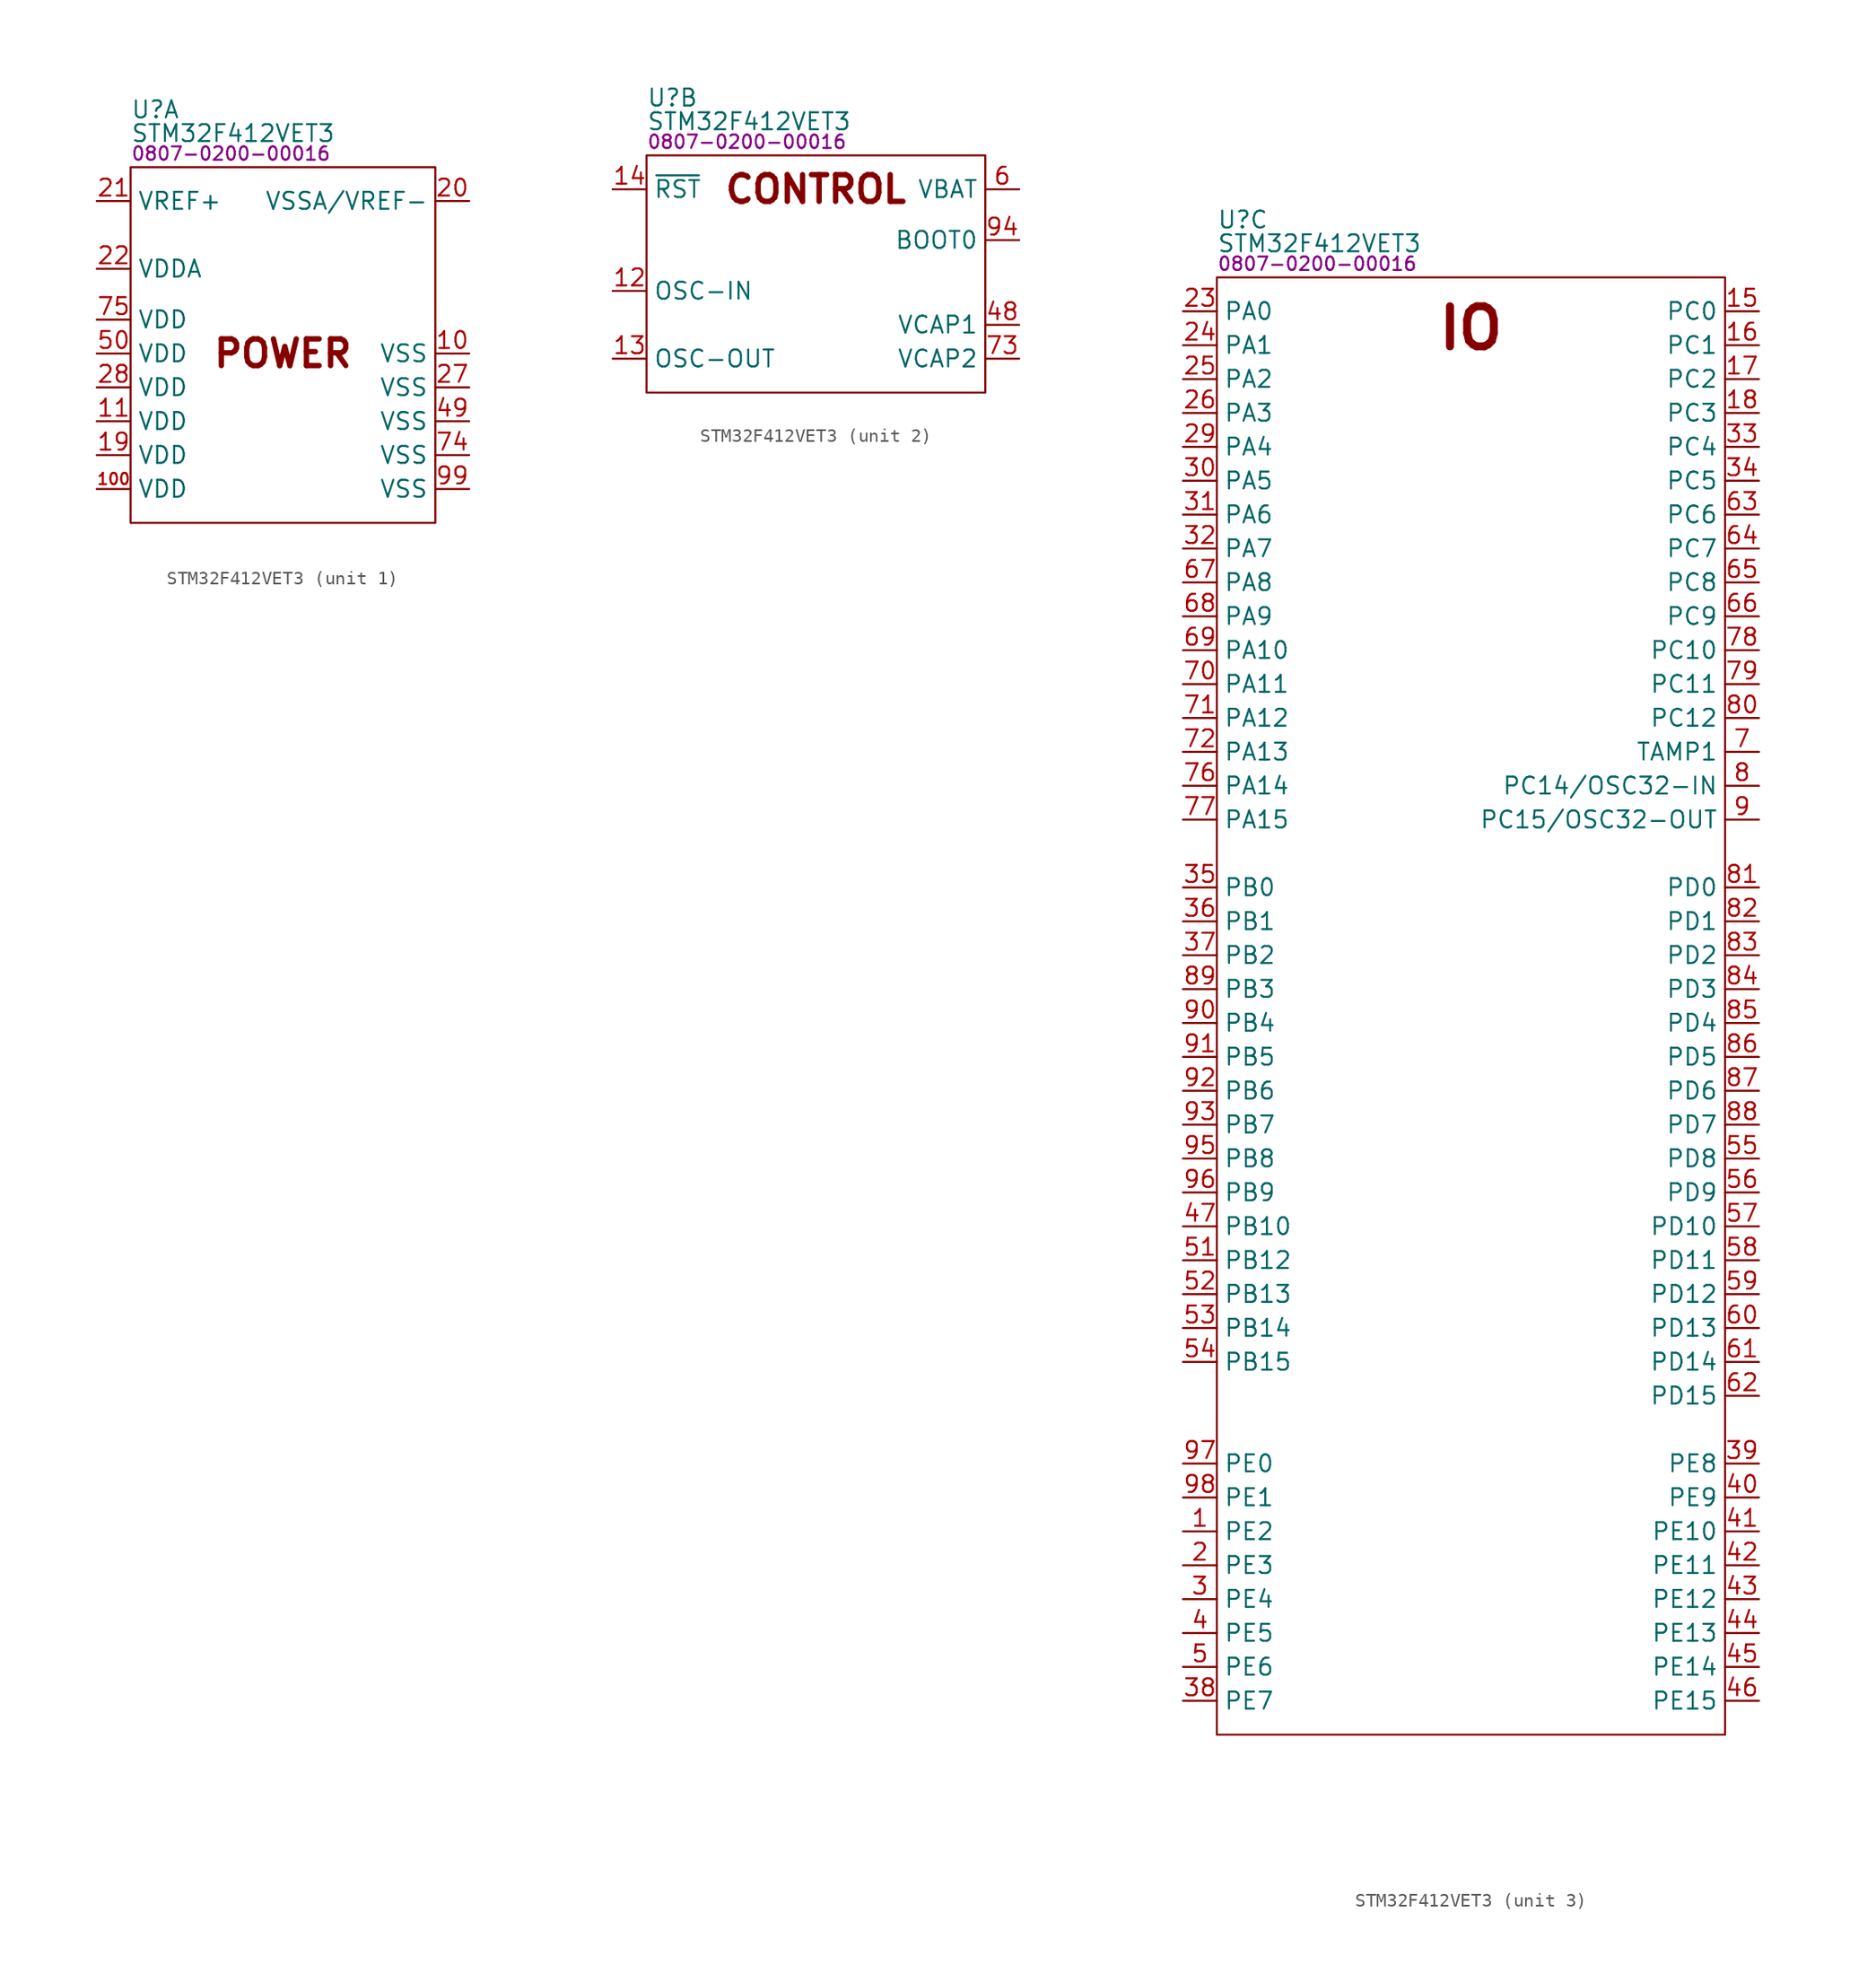
<source format=kicad_sym>
(kicad_symbol_lib
  (version 20231120)
  (generator "kicad_symbol_editor")
  (generator_version "8.0")
  (symbol "STM32F412VET3"
    (property "Reference" "U"
      (at 0 4.318 0)
      (effects (font (size 1.27 1.27)) (justify left)))
    (property "Value" "STM32F412VET3"
      (at 0 2.54 0)
      (effects (font (size 1.27 1.27)) (justify left)))
    (property "PartNumber" "0807-0200-00016"
      (at 0 1.016 0)
      (effects (font (size 1 1)) (justify left)))
    (symbol "STM32F412VET3_1_0"
      (text "POWER" (at 11.43 -13.97 0) (effects (font (size 2 2) (bold yes))))
      (pin power_in line (at 25.4 -13.97 180) (length 2.54) (name "VSS" (effects (font (size 1.27 1.27)))) (number "10" (effects (font (size 1.27 1.27)))))
      (pin power_in line (at -2.54 -24.13 0) (length 2.54) (name "VDD" (effects (font (size 1.27 1.27)))) (number "100" (effects (font (size 0.85 0.85)))))
      (pin power_in line (at -2.54 -19.05 0) (length 2.54) (name "VDD" (effects (font (size 1.27 1.27)))) (number "11" (effects (font (size 1.27 1.27)))))
      (pin power_in line (at -2.54 -21.59 0) (length 2.54) (name "VDD" (effects (font (size 1.27 1.27)))) (number "19" (effects (font (size 1.27 1.27)))))
      (pin input line (at 25.4 -2.54 180) (length 2.54) (name "VSSA/VREF-" (effects (font (size 1.27 1.27)))) (number "20" (effects (font (size 1.27 1.27)))))
      (pin input line (at -2.54 -2.54 0) (length 2.54) (name "VREF+" (effects (font (size 1.27 1.27)))) (number "21" (effects (font (size 1.27 1.27)))))
      (pin power_in line (at -2.54 -7.62 0) (length 2.54) (name "VDDA" (effects (font (size 1.27 1.27)))) (number "22" (effects (font (size 1.27 1.27)))))
      (pin power_in line (at 25.4 -16.51 180) (length 2.54) (name "VSS" (effects (font (size 1.27 1.27)))) (number "27" (effects (font (size 1.27 1.27)))))
      (pin power_in line (at -2.54 -16.51 0) (length 2.54) (name "VDD" (effects (font (size 1.27 1.27)))) (number "28" (effects (font (size 1.27 1.27)))))
      (pin power_in line (at 25.4 -19.05 180) (length 2.54) (name "VSS" (effects (font (size 1.27 1.27)))) (number "49" (effects (font (size 1.27 1.27)))))
      (pin power_in line (at -2.54 -13.97 0) (length 2.54) (name "VDD" (effects (font (size 1.27 1.27)))) (number "50" (effects (font (size 1.27 1.27)))))
      (pin power_in line (at 25.4 -21.59 180) (length 2.54) (name "VSS" (effects (font (size 1.27 1.27)))) (number "74" (effects (font (size 1.27 1.27)))))
      (pin power_in line (at -2.54 -11.43 0) (length 2.54) (name "VDD" (effects (font (size 1.27 1.27)))) (number "75" (effects (font (size 1.27 1.27)))))
      (pin power_in line (at 25.4 -24.13 180) (length 2.54) (name "VSS" (effects (font (size 1.27 1.27)))) (number "99" (effects (font (size 1.27 1.27))))))
    (symbol "STM32F412VET3_1_1"
      (rectangle (start 0 0) (end 22.86 -26.67) (stroke (width 0) (type default)) (fill (type none))))
    (symbol "STM32F412VET3_2_0"
      (text "CONTROL" (at 12.7 -2.54 0) (effects (font (size 2 2) (bold yes))))
      (pin input line (at -2.54 -10.16 0) (length 2.54) (name "OSC-IN" (effects (font (size 1.27 1.27)))) (number "12" (effects (font (size 1.27 1.27)))))
      (pin input line (at -2.54 -15.24 0) (length 2.54) (name "OSC-OUT" (effects (font (size 1.27 1.27)))) (number "13" (effects (font (size 1.27 1.27)))))
      (pin input line (at -2.54 -2.54 0) (length 2.54) (name "~{RST}" (effects (font (size 1.27 1.27)))) (number "14" (effects (font (size 1.27 1.27)))))
      (pin input line (at 27.94 -12.7 180) (length 2.54) (name "VCAP1" (effects (font (size 1.27 1.27)))) (number "48" (effects (font (size 1.27 1.27)))))
      (pin power_in line (at 27.94 -2.54 180) (length 2.54) (name "VBAT" (effects (font (size 1.27 1.27)))) (number "6" (effects (font (size 1.27 1.27)))))
      (pin input line (at 27.94 -15.24 180) (length 2.54) (name "VCAP2" (effects (font (size 1.27 1.27)))) (number "73" (effects (font (size 1.27 1.27)))))
      (pin input line (at 27.94 -6.35 180) (length 2.54) (name "BOOT0" (effects (font (size 1.27 1.27)))) (number "94" (effects (font (size 1.27 1.27))))))
    (symbol "STM32F412VET3_2_1"
      (rectangle (start 0 0) (end 25.4 -17.78) (stroke (width 0) (type default)) (fill (type none))))
    (symbol "STM32F412VET3_3_0"
      (text "IO" (at 19.05 -3.81 0) (effects (font (size 3 3) (bold yes))))
      (pin bidirectional line (at -2.54 -93.98 0) (length 2.54) (name "PE2" (effects (font (size 1.27 1.27)))) (number "1" (effects (font (size 1.27 1.27)))) (alternate "FSMC-A23" bidirectional line) (alternate "I2S4-CK" bidirectional line) (alternate "I2S5-CK" bidirectional line) (alternate "QSPI-BK1-IO2" bidirectional line) (alternate "SPI4-SCK" bidirectional line) (alternate "SPI5-SCK" bidirectional line) (alternate "TRACECLK" bidirectional line))
      (pin bidirectional line (at 40.64 -2.54 180) (length 2.54) (name "PC0" (effects (font (size 1.27 1.27)))) (number "15" (effects (font (size 1.27 1.27)))) (alternate "ADC-10" bidirectional line) (alternate "WKUP2" bidirectional line))
      (pin bidirectional line (at 40.64 -5.08 180) (length 2.54) (name "PC1" (effects (font (size 1.27 1.27)))) (number "16" (effects (font (size 1.27 1.27)))) (alternate "ADC-11" bidirectional line) (alternate "WKUP3" bidirectional line))
      (pin bidirectional line (at 40.64 -7.62 180) (length 2.54) (name "PC2" (effects (font (size 1.27 1.27)))) (number "17" (effects (font (size 1.27 1.27)))) (alternate "ADC-12" bidirectional line) (alternate "DFSDM1-CKOUT" bidirectional line) (alternate "FSMC-NWE" bidirectional line) (alternate "I2C2-SD" bidirectional line) (alternate "SPI2-CIPO" bidirectional line))
      (pin bidirectional line (at 40.64 -10.16 180) (length 2.54) (name "PC3" (effects (font (size 1.27 1.27)))) (number "18" (effects (font (size 1.27 1.27)))) (alternate "ADC-13" bidirectional line) (alternate "FSMC-A0" bidirectional line) (alternate "I2S-SD" bidirectional line) (alternate "SPI2-COPI" bidirectional line))
      (pin bidirectional line (at -2.54 -96.52 0) (length 2.54) (name "PE3" (effects (font (size 1.27 1.27)))) (number "2" (effects (font (size 1.27 1.27)))) (alternate "FSMC-A19" bidirectional line) (alternate "TRACED0" bidirectional line))
      (pin bidirectional line (at -2.54 -2.54 0) (length 2.54) (name "PA0" (effects (font (size 1.27 1.27)))) (number "23" (effects (font (size 1.27 1.27)))) (alternate "ADC-0" bidirectional line) (alternate "TIM2-CH1" bidirectional line) (alternate "TIM2-ETR" bidirectional line) (alternate "TIM5-CH1" bidirectional line) (alternate "TIM8-ETR" bidirectional line) (alternate "USART2-CTS" bidirectional line) (alternate "WKUP1" bidirectional line))
      (pin bidirectional line (at -2.54 -5.08 0) (length 2.54) (name "PA1" (effects (font (size 1.27 1.27)))) (number "24" (effects (font (size 1.27 1.27)))) (alternate "ADC-1" bidirectional line) (alternate "I2S4-SD" bidirectional line) (alternate "QSPI-BK1-IO3" bidirectional line) (alternate "SPI4-COPI" bidirectional line) (alternate "TIM2-CH2" bidirectional line) (alternate "TIM5-CH2" bidirectional line) (alternate "USART2-RTS" bidirectional line))
      (pin bidirectional line (at -2.54 -7.62 0) (length 2.54) (name "PA2" (effects (font (size 1.27 1.27)))) (number "25" (effects (font (size 1.27 1.27)))) (alternate " I2S2-CKIN" bidirectional line) (alternate "ADC-2" bidirectional line) (alternate "FSMC-D4" bidirectional line) (alternate "FSMC-DA4" bidirectional line) (alternate "TIM2-CH3" bidirectional line) (alternate "TIM5-CH3" bidirectional line) (alternate "TIM9-CH1" bidirectional line) (alternate "USART2-TX" bidirectional line))
      (pin bidirectional line (at -2.54 -10.16 0) (length 2.54) (name "PA3" (effects (font (size 1.27 1.27)))) (number "26" (effects (font (size 1.27 1.27)))) (alternate "ADC-3" bidirectional line) (alternate "FSMC-D5" bidirectional line) (alternate "FSMC-DA5" bidirectional line) (alternate "I2S2-MCK" bidirectional line) (alternate "TIM2-CH4" bidirectional line) (alternate "TIM5-CH4" bidirectional line) (alternate "TIM9-CH2" bidirectional line) (alternate "USART2-RX" bidirectional line))
      (pin bidirectional line (at -2.54 -12.7 0) (length 2.54) (name "PA4" (effects (font (size 1.27 1.27)))) (number "29" (effects (font (size 1.27 1.27)))) (alternate "ADC-4" bidirectional line) (alternate "DFSDM1-DATIN1" bidirectional line) (alternate "FSMC-D6" bidirectional line) (alternate "FSMC-DA6" bidirectional line) (alternate "I2S1-WS" bidirectional line) (alternate "I2S3-WS" bidirectional line) (alternate "SPI1-~{SS}" bidirectional line) (alternate "SPI3-~{SS}" bidirectional line) (alternate "USART2-CK" bidirectional line))
      (pin bidirectional line (at -2.54 -99.06 0) (length 2.54) (name "PE4" (effects (font (size 1.27 1.27)))) (number "3" (effects (font (size 1.27 1.27)))) (alternate "DFSDM1-DATIN3" bidirectional line) (alternate "FSMC-A20" bidirectional line) (alternate "I2S4-WS" bidirectional line) (alternate "I2S5-WS" bidirectional line) (alternate "SPI4-~{SS}" bidirectional line) (alternate "SPI5-~{SS}" bidirectional line) (alternate "TRACED1" bidirectional line))
      (pin bidirectional line (at -2.54 -15.24 0) (length 2.54) (name "PA5" (effects (font (size 1.27 1.27)))) (number "30" (effects (font (size 1.27 1.27)))) (alternate "ADC-5" bidirectional line) (alternate "DFSDM1-CKIN1" bidirectional line) (alternate "FSMC-D7" bidirectional line) (alternate "FSMC-DA7" bidirectional line) (alternate "I2S1-CK" bidirectional line) (alternate "SPI1-SCK" bidirectional line) (alternate "TIM2-CH1" bidirectional line) (alternate "TIM2-ETR" bidirectional line) (alternate "TIM8-~{CH1}" bidirectional line))
      (pin bidirectional line (at -2.54 -17.78 0) (length 2.54) (name "PA6" (effects (font (size 1.27 1.27)))) (number "31" (effects (font (size 1.27 1.27)))) (alternate "ADC-6" bidirectional line) (alternate "I2S2-MCK" bidirectional line) (alternate "QSPI-BK2-IO0" bidirectional line) (alternate "SDIO-CMD" bidirectional line) (alternate "SPI1-CIPO" bidirectional line) (alternate "TIM1-BKIN" bidirectional line) (alternate "TIM13-CH1" bidirectional line) (alternate "TIM3-CH1" bidirectional line) (alternate "TIM8-BKIN" bidirectional line))
      (pin bidirectional line (at -2.54 -20.32 0) (length 2.54) (name "PA7" (effects (font (size 1.27 1.27)))) (number "32" (effects (font (size 1.27 1.27)))) (alternate "ADC-7" bidirectional line) (alternate "I2S1-SD" bidirectional line) (alternate "QSPI-BK2-IO1" bidirectional line) (alternate "SPI1-COPI" bidirectional line) (alternate "TIM1-~{CH1}" bidirectional line) (alternate "TIM14-CH1" bidirectional line) (alternate "TIM3-CH2" bidirectional line) (alternate "TIM8-~{CH1}" bidirectional line))
      (pin bidirectional line (at 40.64 -12.7 180) (length 2.54) (name "PC4" (effects (font (size 1.27 1.27)))) (number "33" (effects (font (size 1.27 1.27)))) (alternate "ADC1-14" bidirectional line) (alternate "FSMC-~{E4}" bidirectional line) (alternate "I2S1-MCK" bidirectional line) (alternate "QSPI-BK2-IO2" bidirectional line))
      (pin bidirectional line (at 40.64 -15.24 180) (length 2.54) (name "PC5" (effects (font (size 1.27 1.27)))) (number "34" (effects (font (size 1.27 1.27)))) (alternate "ADC1-15" bidirectional line) (alternate "FSMC-~{OE}" bidirectional line) (alternate "I2CFMP1-SMBA" bidirectional line) (alternate "QSPI-BK2-IO3" bidirectional line) (alternate "USART3-RX" bidirectional line))
      (pin bidirectional line (at -2.54 -45.72 0) (length 2.54) (name "PB0" (effects (font (size 1.27 1.27)))) (number "35" (effects (font (size 1.27 1.27)))) (alternate "ADC-8" bidirectional line) (alternate "I2S5-CK" bidirectional line) (alternate "SPI5-SCK" bidirectional line) (alternate "TIM1-CH2-" bidirectional line) (alternate "TIM3-CH3" bidirectional line) (alternate "TIM8-CH2-" bidirectional line))
      (pin bidirectional line (at -2.54 -48.26 0) (length 2.54) (name "PB1" (effects (font (size 1.27 1.27)))) (number "36" (effects (font (size 1.27 1.27)))) (alternate "ADC-9" bidirectional line) (alternate "DFSDM1-DATIN0" bidirectional line) (alternate "I2S5-WS" bidirectional line) (alternate "QSPI-CLK" bidirectional line) (alternate "SPI5-~{SS}" bidirectional line) (alternate "TIM1-CH3-" bidirectional line) (alternate "TIM3-CH4" bidirectional line) (alternate "TIM8-CH3-" bidirectional line))
      (pin bidirectional line (at -2.54 -50.8 0) (length 2.54) (name "PB2" (effects (font (size 1.27 1.27)))) (number "37" (effects (font (size 1.27 1.27)))) (alternate "BOOT1" bidirectional line) (alternate "DFSDM1-CKIN0" bidirectional line) (alternate "QSPI-CLK" bidirectional line))
      (pin bidirectional line (at -2.54 -106.68 0) (length 2.54) (name "PE7" (effects (font (size 1.27 1.27)))) (number "38" (effects (font (size 1.27 1.27)))) (alternate "DFSDM1-DATIN2" bidirectional line) (alternate "FSMC-D4" bidirectional line) (alternate "FSMC-DA4" bidirectional line) (alternate "QSPI-BK2-IO0" bidirectional line) (alternate "TIM1-ETR" bidirectional line))
      (pin bidirectional line (at 40.64 -88.9 180) (length 2.54) (name "PE8" (effects (font (size 1.27 1.27)))) (number "39" (effects (font (size 1.27 1.27)))) (alternate "DFSDM1-CKIN2" bidirectional line) (alternate "FSMC-D5" bidirectional line) (alternate "FSMC-DA5" bidirectional line) (alternate "QSPI-BK2-IO1" bidirectional line) (alternate "TIM1-CH1-" bidirectional line))
      (pin bidirectional line (at -2.54 -101.6 0) (length 2.54) (name "PE5" (effects (font (size 1.27 1.27)))) (number "4" (effects (font (size 1.27 1.27)))) (alternate "DFSDM1-CKIN3" bidirectional line) (alternate "FSMC-A21" bidirectional line) (alternate "SPI4-CIPO" bidirectional line) (alternate "SPI5-CIPO" bidirectional line) (alternate "TIM9-CH1" bidirectional line) (alternate "TRACED2" bidirectional line))
      (pin bidirectional line (at 40.64 -91.44 180) (length 2.54) (name "PE9" (effects (font (size 1.27 1.27)))) (number "40" (effects (font (size 1.27 1.27)))) (alternate "DFSDM1-CKOUT" bidirectional line) (alternate "FSMC-D6" bidirectional line) (alternate "FSMC-DA6" bidirectional line) (alternate "QSPI-BK2-IO2" bidirectional line) (alternate "TIM1-CH1" bidirectional line))
      (pin bidirectional line (at 40.64 -93.98 180) (length 2.54) (name "PE10" (effects (font (size 1.27 1.27)))) (number "41" (effects (font (size 1.27 1.27)))) (alternate "FSMC-D7" bidirectional line) (alternate "FSMC-DA7" bidirectional line) (alternate "QSPI-BK2-IO3" bidirectional line) (alternate "TIM1-CH2-" bidirectional line))
      (pin bidirectional line (at 40.64 -96.52 180) (length 2.54) (name "PE11" (effects (font (size 1.27 1.27)))) (number "42" (effects (font (size 1.27 1.27)))) (alternate "FSMC-D8" bidirectional line) (alternate "FSMC-DA8" bidirectional line) (alternate "I2S4-WS" bidirectional line) (alternate "I2S5-WS" bidirectional line) (alternate "SPI4-~{SS}" bidirectional line) (alternate "SPI5-~{SS}" bidirectional line) (alternate "TIM1_CH2" bidirectional line))
      (pin bidirectional line (at 40.64 -99.06 180) (length 2.54) (name "PE12" (effects (font (size 1.27 1.27)))) (number "43" (effects (font (size 1.27 1.27)))) (alternate "FSMC-D9" bidirectional line) (alternate "FSMC-DA9" bidirectional line) (alternate "I2S4-CK" bidirectional line) (alternate "I2S5-CK" bidirectional line) (alternate "SPI4-SCK" bidirectional line) (alternate "SPI5-SCK" bidirectional line) (alternate "TIM1-CH3-" bidirectional line))
      (pin bidirectional line (at 40.64 -101.6 180) (length 2.54) (name "PE13" (effects (font (size 1.27 1.27)))) (number "44" (effects (font (size 1.27 1.27)))) (alternate "FSMC-D10" bidirectional line) (alternate "FSMC-DA10" bidirectional line) (alternate "SPI4-CIPO" bidirectional line) (alternate "SPI5-CIPO" bidirectional line) (alternate "TIM1-CH3" bidirectional line))
      (pin bidirectional line (at 40.64 -104.14 180) (length 2.54) (name "PE14" (effects (font (size 1.27 1.27)))) (number "45" (effects (font (size 1.27 1.27)))) (alternate "FSMC-D11" bidirectional line) (alternate "FSMC-DA11" bidirectional line) (alternate "I2S4-SD" bidirectional line) (alternate "I2S5-SD" bidirectional line) (alternate "SPI4-COPI" bidirectional line) (alternate "SPI5-COPI" bidirectional line) (alternate "TIM1-CH4" bidirectional line))
      (pin bidirectional line (at 40.64 -106.68 180) (length 2.54) (name "PE15" (effects (font (size 1.27 1.27)))) (number "46" (effects (font (size 1.27 1.27)))) (alternate "FSMC-D12" bidirectional line) (alternate "FSMC-DA12" bidirectional line) (alternate "TIM1-BKIN" bidirectional line))
      (pin bidirectional line (at -2.54 -71.12 0) (length 2.54) (name "PB10" (effects (font (size 1.27 1.27)))) (number "47" (effects (font (size 1.27 1.27)))) (alternate " I2C2-SCL" bidirectional line) (alternate "I2CFMP1-SCL" bidirectional line) (alternate "I2S2-CK" bidirectional line) (alternate "I2S3-MCK" bidirectional line) (alternate "SDIO-D7" bidirectional line) (alternate "SPI2-SCK" bidirectional line) (alternate "TIM2-CH3" bidirectional line) (alternate "USART3-TX" bidirectional line))
      (pin bidirectional line (at -2.54 -104.14 0) (length 2.54) (name "PE6" (effects (font (size 1.27 1.27)))) (number "5" (effects (font (size 1.27 1.27)))) (alternate "FSMC-A22" bidirectional line) (alternate "I2S4-SD" bidirectional line) (alternate "I2S5-SD" bidirectional line) (alternate "SPI4-COPI" bidirectional line) (alternate "SPI5-COPI" bidirectional line) (alternate "TIM9-CH2" bidirectional line) (alternate "TRACED3" bidirectional line))
      (pin bidirectional line (at -2.54 -73.66 0) (length 2.54) (name "PB12" (effects (font (size 1.27 1.27)))) (number "51" (effects (font (size 1.27 1.27)))) (alternate "CAN2-RX" bidirectional line) (alternate "DFSDM1-DATIN1" bidirectional line) (alternate "FSMC-D13" bidirectional line) (alternate "FSMC-DA13" bidirectional line) (alternate "I2C2-SMBA" bidirectional line) (alternate "I2S2-WS" bidirectional line) (alternate "I2S3-CK" bidirectional line) (alternate "I2S4-WS" bidirectional line) (alternate "SPI2-~{SS}" bidirectional line) (alternate "SPI3-SCK" bidirectional line) (alternate "SPI4-~{SS}" bidirectional line) (alternate "TIM1-BKIN" bidirectional line) (alternate "USART3-CK" bidirectional line))
      (pin bidirectional line (at -2.54 -76.2 0) (length 2.54) (name "PB13" (effects (font (size 1.27 1.27)))) (number "52" (effects (font (size 1.27 1.27)))) (alternate "CAN2-TX" bidirectional line) (alternate "DFSDM1-CKIN1" bidirectional line) (alternate "I2CFMP1-SMBA" bidirectional line) (alternate "I2S2-CK" bidirectional line) (alternate "I2S4-CK" bidirectional line) (alternate "SPI2-SCK" bidirectional line) (alternate "SPI4-SCK" bidirectional line) (alternate "TIM1-CH1-" bidirectional line) (alternate "USART3-CTS" bidirectional line))
      (pin bidirectional line (at -2.54 -78.74 0) (length 2.54) (name "PB14" (effects (font (size 1.27 1.27)))) (number "53" (effects (font (size 1.27 1.27)))) (alternate "DFSDM1-DATIN2" bidirectional line) (alternate "FSMC-D0" bidirectional line) (alternate "FSMC-DA0" bidirectional line) (alternate "I2CFMP1-SDA" bidirectional line) (alternate "I2S2ext-SD" bidirectional line) (alternate "SDIO-D6" bidirectional line) (alternate "SPI2-MISO" bidirectional line) (alternate "TIM1-CH2-" bidirectional line) (alternate "TIM12-CH1" bidirectional line) (alternate "TIM8-CH2-" bidirectional line) (alternate "USART3-RTS" bidirectional line))
      (pin bidirectional line (at -2.54 -81.28 0) (length 2.54) (name "PB15" (effects (font (size 1.27 1.27)))) (number "54" (effects (font (size 1.27 1.27)))) (alternate "DFSDM1-CKIN2" bidirectional line) (alternate "I2CFMP1-SCL" bidirectional line) (alternate "I2S2-SD" bidirectional line) (alternate "RTC-50Hz" bidirectional line) (alternate "SDIO-CK" bidirectional line) (alternate "SPI2-COPI" bidirectional line) (alternate "TIM1-CH3-" bidirectional line) (alternate "TIM12-CH2" bidirectional line) (alternate "TIM8-CH3-" bidirectional line))
      (pin bidirectional line (at 40.64 -66.04 180) (length 2.54) (name "PD8" (effects (font (size 1.27 1.27)))) (number "55" (effects (font (size 1.27 1.27)))) (alternate "FSMC-D13" bidirectional line) (alternate "FSMC-DA13" bidirectional line) (alternate "USART3-TX" bidirectional line))
      (pin bidirectional line (at 40.64 -68.58 180) (length 2.54) (name "PD9" (effects (font (size 1.27 1.27)))) (number "56" (effects (font (size 1.27 1.27)))) (alternate "FSMC-D14" bidirectional line) (alternate "FSMC-DA14" bidirectional line) (alternate "USART3-RX" bidirectional line))
      (pin bidirectional line (at 40.64 -71.12 180) (length 2.54) (name "PD10" (effects (font (size 1.27 1.27)))) (number "57" (effects (font (size 1.27 1.27)))) (alternate "FSMC-D15" bidirectional line) (alternate "FSMC-DA1" bidirectional line) (alternate "USART3-CK" bidirectional line))
      (pin bidirectional line (at 40.64 -73.66 180) (length 2.54) (name "PD11" (effects (font (size 1.27 1.27)))) (number "58" (effects (font (size 1.27 1.27)))) (alternate "FSMC-A16" bidirectional line) (alternate "I2CFMP1-SMBA" bidirectional line) (alternate "QSPI-BK1-IO0" bidirectional line) (alternate "USART3-CTS" bidirectional line))
      (pin bidirectional line (at 40.64 -76.2 180) (length 2.54) (name "PD12" (effects (font (size 1.27 1.27)))) (number "59" (effects (font (size 1.27 1.27)))) (alternate "FSMC-A17" bidirectional line) (alternate "I2CFMP1-SCL" bidirectional line) (alternate "QSPI-BK1-IO1" bidirectional line) (alternate "TIM4-CH1" bidirectional line) (alternate "USART3-RTS" bidirectional line))
      (pin bidirectional line (at 40.64 -78.74 180) (length 2.54) (name "PD13" (effects (font (size 1.27 1.27)))) (number "60" (effects (font (size 1.27 1.27)))) (alternate "FSMC-A18" bidirectional line) (alternate "I2CFMP1-SDA" bidirectional line) (alternate "QSPI-BK1-IO3" bidirectional line) (alternate "TIM4-CH2" bidirectional line))
      (pin bidirectional line (at 40.64 -81.28 180) (length 2.54) (name "PD14" (effects (font (size 1.27 1.27)))) (number "61" (effects (font (size 1.27 1.27)))) (alternate "FSMC-D0" bidirectional line) (alternate "FSMC-DA0" bidirectional line) (alternate "I2CFMP1-SCL" bidirectional line) (alternate "TIM4-CH3" bidirectional line))
      (pin bidirectional line (at 40.64 -83.82 180) (length 2.54) (name "PD15" (effects (font (size 1.27 1.27)))) (number "62" (effects (font (size 1.27 1.27)))) (alternate "FSMC-D1" bidirectional line) (alternate "FSMC-DA1" bidirectional line) (alternate "I2CFMP1-SDA" bidirectional line) (alternate "TIM4-CH4" bidirectional line))
      (pin bidirectional line (at 40.64 -17.78 180) (length 2.54) (name "PC6" (effects (font (size 1.27 1.27)))) (number "63" (effects (font (size 1.27 1.27)))) (alternate "DFSDM1-CKIN3," bidirectional line) (alternate "FSMC-D1" bidirectional line) (alternate "FSMC-DA1" bidirectional line) (alternate "I2CFMP1-SCL" bidirectional line) (alternate "I2S2-MCK" bidirectional line) (alternate "SDIO-D6" bidirectional line) (alternate "TIM3-CH1" bidirectional line) (alternate "TIM8-CH1" bidirectional line) (alternate "USART6-TX" bidirectional line))
      (pin bidirectional line (at 40.64 -20.32 180) (length 2.54) (name "PC7" (effects (font (size 1.27 1.27)))) (number "64" (effects (font (size 1.27 1.27)))) (alternate "DFSDM1-DATIN3" bidirectional line) (alternate "I2CFMP1-SDA" bidirectional line) (alternate "I2S2-CK" bidirectional line) (alternate "I2S3-MCK" bidirectional line) (alternate "SDIO-D7" bidirectional line) (alternate "SPI2-SCK" bidirectional line) (alternate "TIM3-CH2" bidirectional line) (alternate "TIM8-CH2" bidirectional line) (alternate "USART6-RX" bidirectional line))
      (pin bidirectional line (at 40.64 -22.86 180) (length 2.54) (name "PC8" (effects (font (size 1.27 1.27)))) (number "65" (effects (font (size 1.27 1.27)))) (alternate "QSPI-BK1-IO2" bidirectional line) (alternate "SDIO-D0" bidirectional line) (alternate "TIM3-CH3" bidirectional line) (alternate "TIM8-CH3" bidirectional line) (alternate "USART6-CK" bidirectional line))
      (pin bidirectional line (at 40.64 -25.4 180) (length 2.54) (name "PC9" (effects (font (size 1.27 1.27)))) (number "66" (effects (font (size 1.27 1.27)))) (alternate " I2C3-SDA" bidirectional line) (alternate "I2S2-CKIN" bidirectional line) (alternate "MCO2" bidirectional line) (alternate "QSPI-BK1-IO0" bidirectional line) (alternate "SDIO-D1" bidirectional line) (alternate "TIM3-CH4" bidirectional line) (alternate "TIM8-CH4" bidirectional line))
      (pin bidirectional line (at -2.54 -22.86 0) (length 2.54) (name "PA8" (effects (font (size 1.27 1.27)))) (number "67" (effects (font (size 1.27 1.27)))) (alternate "I2C3-SCL" bidirectional line) (alternate "MCO1" bidirectional line) (alternate "SDIO-D1" bidirectional line) (alternate "TIM1-CH1" bidirectional line) (alternate "USART1-CK" bidirectional line) (alternate "USB-FS-SOF" bidirectional line))
      (pin bidirectional line (at -2.54 -25.4 0) (length 2.54) (name "PA9" (effects (font (size 1.27 1.27)))) (number "68" (effects (font (size 1.27 1.27)))) (alternate "I2C3-SMBA" bidirectional line) (alternate "SDIO-D2" bidirectional line) (alternate "TIM1-CH2" bidirectional line) (alternate "USART1-TX" bidirectional line) (alternate "USB-FS-VBUS" bidirectional line))
      (pin bidirectional line (at -2.54 -27.94 0) (length 2.54) (name "PA10" (effects (font (size 1.27 1.27)))) (number "69" (effects (font (size 1.27 1.27)))) (alternate "I2S5-SD" bidirectional line) (alternate "SPI5-COPI" bidirectional line) (alternate "TIM1-CH3" bidirectional line) (alternate "USART1-RX" bidirectional line) (alternate "USB-FS-ID" bidirectional line))
      (pin output line (at 40.64 -35.56 180) (length 2.54) (name "TAMP1" (effects (font (size 1.27 1.27)))) (number "7" (effects (font (size 1.27 1.27)))) (alternate "PC13" bidirectional line))
      (pin bidirectional line (at -2.54 -30.48 0) (length 2.54) (name "PA11" (effects (font (size 1.27 1.27)))) (number "70" (effects (font (size 1.27 1.27)))) (alternate "CAN1-RX" bidirectional line) (alternate "SPI4-CIPO" bidirectional line) (alternate "TIM1-CH4" bidirectional line) (alternate "USART1-CTS" bidirectional line) (alternate "USART6-TX" bidirectional line) (alternate "USB-FS-D-" bidirectional line))
      (pin bidirectional line (at -2.54 -33.02 0) (length 2.54) (name "PA12" (effects (font (size 1.27 1.27)))) (number "71" (effects (font (size 1.27 1.27)))) (alternate "CAN1-TX" bidirectional line) (alternate "SPI5-CIPO" bidirectional line) (alternate "TIM1-ETR" bidirectional line) (alternate "USART1-RTS" bidirectional line) (alternate "USART6-RX" bidirectional line) (alternate "USB-FS-D+" bidirectional line))
      (pin bidirectional line (at -2.54 -35.56 0) (length 2.54) (name "PA13" (effects (font (size 1.27 1.27)))) (number "72" (effects (font (size 1.27 1.27)))) (alternate "JTMS" bidirectional line) (alternate "JTMS-SWDIO" bidirectional line) (alternate "SWDIO" bidirectional line))
      (pin bidirectional line (at -2.54 -38.1 0) (length 2.54) (name "PA14" (effects (font (size 1.27 1.27)))) (number "76" (effects (font (size 1.27 1.27)))) (alternate "JTCK" bidirectional line) (alternate "JTCK-SWCLK" bidirectional line) (alternate "SWCLK" bidirectional line))
      (pin bidirectional line (at -2.54 -40.64 0) (length 2.54) (name "PA15" (effects (font (size 1.27 1.27)))) (number "77" (effects (font (size 1.27 1.27)))) (alternate "I2S1-WS" bidirectional line) (alternate "I2S3-WS" bidirectional line) (alternate "JTDI" bidirectional line) (alternate "SPI1-~{SS}" bidirectional line) (alternate "SPI3-~{SS}" bidirectional line) (alternate "TIM2-CH1" bidirectional line) (alternate "TIM2-ETR" bidirectional line) (alternate "USART1-TX" bidirectional line))
      (pin bidirectional line (at 40.64 -27.94 180) (length 2.54) (name "PC10" (effects (font (size 1.27 1.27)))) (number "78" (effects (font (size 1.27 1.27)))) (alternate "I2S3-CK" bidirectional line) (alternate "QSPI-BK1-IO1" bidirectional line) (alternate "SDIO-D2" bidirectional line) (alternate "SPI3-SCK" bidirectional line) (alternate "USART3-TX" bidirectional line))
      (pin bidirectional line (at 40.64 -30.48 180) (length 2.54) (name "PC11" (effects (font (size 1.27 1.27)))) (number "79" (effects (font (size 1.27 1.27)))) (alternate "FSMC-D2" bidirectional line) (alternate "FSMC-DA2" bidirectional line) (alternate "I2S3ext-SD" bidirectional line) (alternate "QSPI-BK2-~{CS}" bidirectional line) (alternate "SDIO-D3" bidirectional line) (alternate "SPI3-CIPO" bidirectional line) (alternate "USART3-RX" bidirectional line))
      (pin bidirectional line (at 40.64 -38.1 180) (length 2.54) (name "PC14/OSC32-IN" (effects (font (size 1.27 1.27)))) (number "8" (effects (font (size 1.27 1.27)))) (alternate "OSC32-IN" input line) (alternate "PC14" bidirectional line))
      (pin bidirectional line (at 40.64 -33.02 180) (length 2.54) (name "PC12" (effects (font (size 1.27 1.27)))) (number "80" (effects (font (size 1.27 1.27)))) (alternate "FSMC-D3" bidirectional line) (alternate "FSMC-DA3" bidirectional line) (alternate "I2S3-SD" bidirectional line) (alternate "SDIO-CK" bidirectional line) (alternate "SPI3-COPI" bidirectional line) (alternate "USART3-CK" bidirectional line))
      (pin bidirectional line (at 40.64 -45.72 180) (length 2.54) (name "PD0" (effects (font (size 1.27 1.27)))) (number "81" (effects (font (size 1.27 1.27)))) (alternate "CAN1-RX" bidirectional line) (alternate "FSMC-D2" bidirectional line) (alternate "FSMC-DA2" bidirectional line))
      (pin bidirectional line (at 40.64 -48.26 180) (length 2.54) (name "PD1" (effects (font (size 1.27 1.27)))) (number "82" (effects (font (size 1.27 1.27)))) (alternate "CAN1-TX" bidirectional line) (alternate "FSMC-D3" bidirectional line) (alternate "FSMC-DA3" bidirectional line))
      (pin bidirectional line (at 40.64 -50.8 180) (length 2.54) (name "PD2" (effects (font (size 1.27 1.27)))) (number "83" (effects (font (size 1.27 1.27)))) (alternate "FSMC-~{WE}" bidirectional line) (alternate "SDIO-CMD" bidirectional line) (alternate "TIM3-ETR" bidirectional line))
      (pin bidirectional line (at 40.64 -53.34 180) (length 2.54) (name "PD3" (effects (font (size 1.27 1.27)))) (number "84" (effects (font (size 1.27 1.27)))) (alternate "DFSDM1-DATIN0" bidirectional line) (alternate "FSMC-CLK" bidirectional line) (alternate "I2S2-CK" bidirectional line) (alternate "QSPI-CLK" bidirectional line) (alternate "SPI2-SCK" bidirectional line) (alternate "TRACED1" bidirectional line) (alternate "USART2-CTS" bidirectional line))
      (pin bidirectional line (at 40.64 -55.88 180) (length 2.54) (name "PD4" (effects (font (size 1.27 1.27)))) (number "85" (effects (font (size 1.27 1.27)))) (alternate "DFSDM1-CKIN0" bidirectional line) (alternate "FSMC-~{OE}" bidirectional line) (alternate "USART2-RTS" bidirectional line))
      (pin bidirectional line (at 40.64 -58.42 180) (length 2.54) (name "PD5" (effects (font (size 1.27 1.27)))) (number "86" (effects (font (size 1.27 1.27)))) (alternate "FSMC-~{WE}" bidirectional line) (alternate "USART2-TX" bidirectional line))
      (pin bidirectional line (at 40.64 -60.96 180) (length 2.54) (name "PD6" (effects (font (size 1.27 1.27)))) (number "87" (effects (font (size 1.27 1.27)))) (alternate "DFSDM1-DATIN1" bidirectional line) (alternate "FSMC-~{WAIT}" bidirectional line) (alternate "I2S3-SD" bidirectional line) (alternate "SPI3-COPI" bidirectional line) (alternate "USART2-RX" bidirectional line))
      (pin bidirectional line (at 40.64 -63.5 180) (length 2.54) (name "PD7" (effects (font (size 1.27 1.27)))) (number "88" (effects (font (size 1.27 1.27)))) (alternate "DFSDM1-CKIN1" bidirectional line) (alternate "FSMC-~{E1}" bidirectional line) (alternate "USART2-CK" bidirectional line))
      (pin bidirectional line (at -2.54 -53.34 0) (length 2.54) (name "PB3" (effects (font (size 1.27 1.27)))) (number "89" (effects (font (size 1.27 1.27)))) (alternate "I2C2-SDA" bidirectional line) (alternate "I2CFMP1-SDA" bidirectional line) (alternate "I2S1-CK" bidirectional line) (alternate "I2S3-CK" bidirectional line) (alternate "JTDO" bidirectional line) (alternate "JTDO-SWO" bidirectional line) (alternate "SPI1-SCK" bidirectional line) (alternate "SPI3-SCK" bidirectional line) (alternate "SWO" bidirectional line) (alternate "TIM2-CH2" bidirectional line) (alternate "USART1-RX" bidirectional line))
      (pin bidirectional line (at 40.64 -40.64 180) (length 2.54) (name "PC15/OSC32-OUT" (effects (font (size 1.27 1.27)))) (number "9" (effects (font (size 1.27 1.27)))) (alternate "OSC32-OUT" input line) (alternate "PC15" bidirectional line))
      (pin bidirectional line (at -2.54 -55.88 0) (length 2.54) (name "PB4" (effects (font (size 1.27 1.27)))) (number "90" (effects (font (size 1.27 1.27)))) (alternate "I2C3-SDA" bidirectional line) (alternate "I2S3ext-SD" bidirectional line) (alternate "JTRST" bidirectional line) (alternate "SDIO-D0" bidirectional line) (alternate "SPI1-CIPO" bidirectional line) (alternate "SPI3-CIPO" bidirectional line) (alternate "TIM3-CH1" bidirectional line))
      (pin bidirectional line (at -2.54 -58.42 0) (length 2.54) (name "PB5" (effects (font (size 1.27 1.27)))) (number "91" (effects (font (size 1.27 1.27)))) (alternate "CAN2-RX" bidirectional line) (alternate "I2C1-SMBA" bidirectional line) (alternate "I2S1-SD" bidirectional line) (alternate "I2S3-SD" bidirectional line) (alternate "SDIO-D3" bidirectional line) (alternate "SPI1-COPI" bidirectional line) (alternate "SPI3-COPI" bidirectional line) (alternate "TIM3-CH2" bidirectional line))
      (pin bidirectional line (at -2.54 -60.96 0) (length 2.54) (name "PB6" (effects (font (size 1.27 1.27)))) (number "92" (effects (font (size 1.27 1.27)))) (alternate "CAN2-TX" bidirectional line) (alternate "I2C1-SCL" bidirectional line) (alternate "QSPI-BK1-~{CS}" bidirectional line) (alternate "SDIO-D0" bidirectional line) (alternate "TIM4-CH1" bidirectional line) (alternate "USART1-TX" bidirectional line))
      (pin bidirectional line (at -2.54 -63.5 0) (length 2.54) (name "PB7" (effects (font (size 1.27 1.27)))) (number "93" (effects (font (size 1.27 1.27)))) (alternate "FSMC-~{L}" bidirectional line) (alternate "I2C1-SDA" bidirectional line) (alternate "TIM4-CH2" bidirectional line) (alternate "USART1-RX" bidirectional line))
      (pin bidirectional line (at -2.54 -66.04 0) (length 2.54) (name "PB8" (effects (font (size 1.27 1.27)))) (number "95" (effects (font (size 1.27 1.27)))) (alternate "CAN1-RX" bidirectional line) (alternate "I2C1-SCL" bidirectional line) (alternate "I2C3-SDA" bidirectional line) (alternate "I2S5-SD" bidirectional line) (alternate "SDIO-D4" bidirectional line) (alternate "SPI5-COPI" bidirectional line) (alternate "TIM10-CH1" bidirectional line) (alternate "TIM4-CH3" bidirectional line))
      (pin bidirectional line (at -2.54 -68.58 0) (length 2.54) (name "PB9" (effects (font (size 1.27 1.27)))) (number "96" (effects (font (size 1.27 1.27)))) (alternate "CAN1-TX" bidirectional line) (alternate "I2C1-SDA" bidirectional line) (alternate "I2C2-SDA" bidirectional line) (alternate "I2S2-WS" bidirectional line) (alternate "SDIO-D5" bidirectional line) (alternate "SPI2-~{SS}" bidirectional line) (alternate "TIM11-CH1" bidirectional line) (alternate "TIM4-CH4" bidirectional line))
      (pin bidirectional line (at -2.54 -88.9 0) (length 2.54) (name "PE0" (effects (font (size 1.27 1.27)))) (number "97" (effects (font (size 1.27 1.27)))) (alternate "FSMC-~{BL0}" bidirectional line) (alternate "TIM4-ETR" bidirectional line))
      (pin bidirectional line (at -2.54 -91.44 0) (length 2.54) (name "PE1" (effects (font (size 1.27 1.27)))) (number "98" (effects (font (size 1.27 1.27)))) (alternate "FSMC-~{BL1}" bidirectional line)))
    (symbol "STM32F412VET3_3_1"
      (rectangle (start 0 0) (end 38.1 -109.22) (stroke (width 0) (type default)) (fill (type none))))))
</source>
